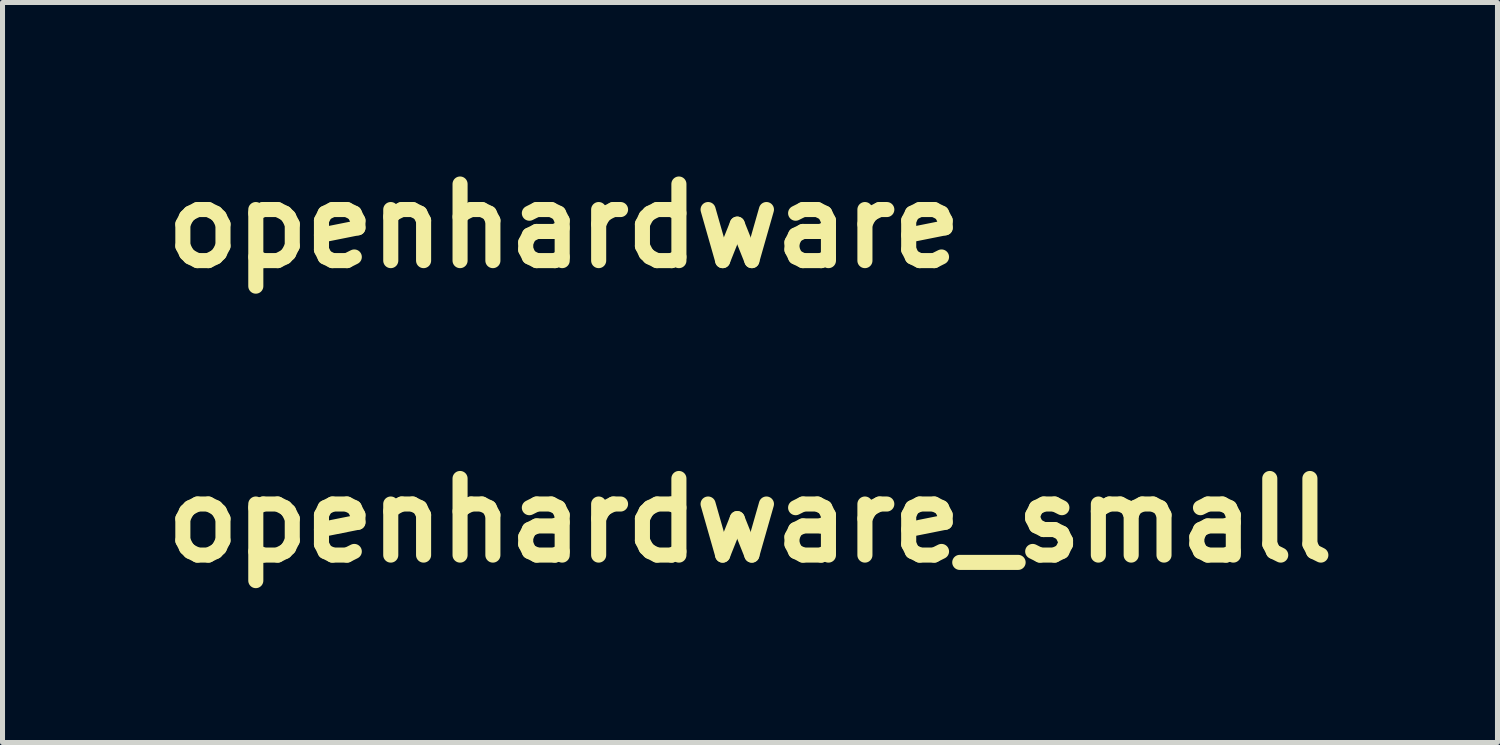
<source format=kicad_pcb>
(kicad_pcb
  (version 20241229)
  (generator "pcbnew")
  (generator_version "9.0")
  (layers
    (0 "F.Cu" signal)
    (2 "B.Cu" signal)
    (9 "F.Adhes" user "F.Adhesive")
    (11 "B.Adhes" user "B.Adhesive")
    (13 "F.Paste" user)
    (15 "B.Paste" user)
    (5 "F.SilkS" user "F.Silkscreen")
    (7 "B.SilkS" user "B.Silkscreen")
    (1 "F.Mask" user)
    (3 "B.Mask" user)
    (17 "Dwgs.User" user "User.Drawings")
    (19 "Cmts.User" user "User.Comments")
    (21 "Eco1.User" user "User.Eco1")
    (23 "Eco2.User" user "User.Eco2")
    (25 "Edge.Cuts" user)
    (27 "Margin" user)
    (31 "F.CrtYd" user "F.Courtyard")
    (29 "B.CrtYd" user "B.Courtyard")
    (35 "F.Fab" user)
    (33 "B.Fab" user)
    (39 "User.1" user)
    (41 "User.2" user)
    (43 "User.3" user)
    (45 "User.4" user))
  (footprint "openhardware_small"
    (layer "F.Cu")
    (at 11.873 7.305)
    (property "Reference" "openhardware_small" (at 0 0 0) (layer "F.SilkS") (effects (font (size 1.524 1.524) (thickness 0.3))))
    (attr through_hole)
    (fp_poly (pts (xy 0.132 -0.616) (xy 0.139 -0.581) (xy 0.146 -0.55) (xy 0.153 -0.525) (xy 0.158 -0.509) (xy 0.16 -0.504) (xy 0.169 -0.499) (xy 0.187 -0.491) (xy 0.212 -0.48) (xy 0.237 -0.47) (xy 0.306 -0.443) (xy 0.398 -0.505) (xy 0.489 -0.568) (xy 0.568 -0.489) (xy 0.647 -0.41) (xy 0.587 -0.323) (xy 0.567 -0.293) (xy 0.55 -0.267) (xy 0.537 -0.247) (xy 0.529 -0.234) (xy 0.527 -0.23) (xy 0.529 -0.221) (xy 0.536 -0.204) (xy 0.545 -0.181) (xy 0.556 -0.155) (xy 0.568 -0.129) (xy 0.578 -0.106) (xy 0.586 -0.088) (xy 0.591 -0.08) (xy 0.591 -0.079) (xy 0.599 -0.076) (xy 0.618 -0.071) (xy 0.644 -0.065) (xy 0.676 -0.059) (xy 0.7 -0.054) (xy 0.803 -0.034) (xy 0.805 0.073) (xy 0.805 0.109) (xy 0.805 0.14) (xy 0.804 0.164) (xy 0.803 0.18) (xy 0.802 0.185) (xy 0.794 0.188) (xy 0.776 0.192) (xy 0.75 0.198) (xy 0.719 0.204) (xy 0.702 0.207) (xy 0.668 0.213) (xy 0.638 0.22) (xy 0.615 0.225) (xy 0.602 0.23) (xy 0.599 0.231) (xy 0.594 0.239) (xy 0.585 0.257) (xy 0.575 0.28) (xy 0.564 0.307) (xy 0.553 0.334) (xy 0.543 0.359) (xy 0.537 0.378) (xy 0.533 0.39) (xy 0.533 0.391) (xy 0.537 0.398) (xy 0.546 0.414) (xy 0.561 0.437) (xy 0.579 0.464) (xy 0.591 0.482) (xy 0.649 0.566) (xy 0.574 0.642) (xy 0.549 0.667) (xy 0.526 0.689) (xy 0.508 0.705) (xy 0.495 0.715) (xy 0.491 0.718) (xy 0.483 0.714) (xy 0.467 0.705) (xy 0.445 0.691) (xy 0.418 0.673) (xy 0.404 0.664) (xy 0.376 0.645) (xy 0.351 0.629) (xy 0.332 0.617) (xy 0.32 0.61) (xy 0.317 0.61) (xy 0.308 0.613) (xy 0.292 0.62) (xy 0.275 0.629) (xy 0.252 0.641) (xy 0.238 0.644) (xy 0.234 0.643) (xy 0.23 0.635) (xy 0.222 0.618) (xy 0.21 0.592) (xy 0.197 0.561) (xy 0.181 0.525) (xy 0.165 0.486) (xy 0.149 0.446) (xy 0.133 0.408) (xy 0.119 0.372) (xy 0.107 0.341) (xy 0.097 0.317) (xy 0.092 0.301) (xy 0.09 0.295) (xy 0.096 0.287) (xy 0.109 0.275) (xy 0.126 0.26) (xy 0.127 0.259) (xy 0.168 0.221) (xy 0.197 0.181) (xy 0.215 0.137) (xy 0.221 0.09) (xy 0.221 0.064) (xy 0.212 0.013) (xy 0.192 -0.033) (xy 0.163 -0.073) (xy 0.126 -0.105) (xy 0.082 -0.127) (xy 0.032 -0.14) (xy 0 -0.142) (xy -0.053 -0.136) (xy -0.1 -0.119) (xy -0.142 -0.093) (xy -0.176 -0.058) (xy -0.202 -0.016) (xy -0.217 0.033) (xy -0.221 0.064) (xy -0.219 0.114) (xy -0.207 0.159) (xy -0.184 0.201) (xy -0.149 0.24) (xy -0.127 0.259) (xy -0.109 0.274) (xy -0.096 0.287) (xy -0.09 0.294) (xy -0.09 0.295) (xy -0.092 0.302) (xy -0.098 0.319) (xy -0.108 0.345) (xy -0.121 0.376) (xy -0.135 0.412) (xy -0.151 0.451) (xy -0.167 0.49) (xy -0.183 0.529) (xy -0.198 0.565) (xy -0.212 0.596) (xy -0.223 0.62) (xy -0.23 0.637) (xy -0.234 0.643) (xy -0.244 0.644) (xy -0.262 0.636) (xy -0.275 0.629) (xy -0.294 0.619) (xy -0.31 0.612) (xy -0.317 0.61) (xy -0.325 0.613) (xy -0.341 0.622) (xy -0.364 0.637) (xy -0.39 0.654) (xy -0.404 0.664) (xy -0.432 0.682) (xy -0.457 0.698) (xy -0.477 0.71) (xy -0.489 0.717) (xy -0.491 0.718) (xy -0.498 0.713) (xy -0.512 0.701) (xy -0.532 0.683) (xy -0.555 0.66) (xy -0.574 0.642) (xy -0.649 0.566) (xy -0.594 0.486) (xy -0.575 0.458) (xy -0.558 0.433) (xy -0.545 0.413) (xy -0.537 0.4) (xy -0.536 0.397) (xy -0.537 0.388) (xy -0.542 0.37) (xy -0.55 0.346) (xy -0.559 0.318) (xy -0.57 0.29) (xy -0.581 0.265) (xy -0.59 0.245) (xy -0.597 0.232) (xy -0.599 0.23) (xy -0.608 0.227) (xy -0.626 0.222) (xy -0.653 0.216) (xy -0.685 0.21) (xy -0.702 0.207) (xy -0.735 0.201) (xy -0.764 0.195) (xy -0.786 0.19) (xy -0.799 0.186) (xy -0.802 0.185) (xy -0.803 0.177) (xy -0.804 0.159) (xy -0.805 0.133) (xy -0.805 0.1) (xy -0.805 0.073) (xy -0.803 -0.034) (xy -0.7 -0.054) (xy -0.665 -0.061) (xy -0.635 -0.067) (xy -0.611 -0.073) (xy -0.596 -0.077) (xy -0.591 -0.079) (xy -0.587 -0.088) (xy -0.579 -0.104) (xy -0.568 -0.127) (xy -0.557 -0.153) (xy -0.546 -0.179) (xy -0.537 -0.202) (xy -0.53 -0.22) (xy -0.527 -0.229) (xy -0.527 -0.23) (xy -0.53 -0.236) (xy -0.54 -0.252) (xy -0.554 -0.274) (xy -0.573 -0.301) (xy -0.587 -0.323) (xy -0.647 -0.41) (xy -0.568 -0.489) (xy -0.489 -0.568) (xy -0.398 -0.505) (xy -0.306 -0.443) (xy -0.237 -0.47) (xy -0.209 -0.481) (xy -0.185 -0.492) (xy -0.168 -0.5) (xy -0.16 -0.505) (xy -0.156 -0.513) (xy -0.151 -0.532) (xy -0.144 -0.558) (xy -0.137 -0.591) (xy -0.132 -0.616) (xy -0.111 -0.721) (xy 0.111 -0.721) (xy 0.132 -0.616)) (stroke (width 0.01) (type solid)) (fill no) (layer "Eco2.User")))
  (footprint "openhardware"
    (layer "F.Cu")
    (at 8.172 1.446)
    (property "Reference" "openhardware" (at 0 0 0) (layer "F.SilkS") (effects (font (size 1.524 1.524) (thickness 0.3))))
    (attr through_hole)
    (fp_poly (pts (xy 0.263 -1.232) (xy 0.278 -1.162) (xy 0.292 -1.1) (xy 0.305 -1.051) (xy 0.315 -1.019) (xy 0.321 -1.009) (xy 0.338 -0.999) (xy 0.374 -0.982) (xy 0.423 -0.961) (xy 0.474 -0.94) (xy 0.612 -0.885) (xy 0.795 -1.01) (xy 0.979 -1.135) (xy 1.295 -0.819) (xy 1.175 -0.645) (xy 1.134 -0.586) (xy 1.1 -0.535) (xy 1.074 -0.494) (xy 1.058 -0.467) (xy 1.054 -0.459) (xy 1.059 -0.442) (xy 1.072 -0.407) (xy 1.091 -0.361) (xy 1.113 -0.309) (xy 1.135 -0.258) (xy 1.156 -0.211) (xy 1.173 -0.177) (xy 1.183 -0.159) (xy 1.183 -0.159) (xy 1.199 -0.152) (xy 1.235 -0.143) (xy 1.288 -0.13) (xy 1.352 -0.117) (xy 1.401 -0.108) (xy 1.607 -0.069) (xy 1.61 0.146) (xy 1.611 0.217) (xy 1.61 0.28) (xy 1.608 0.329) (xy 1.606 0.361) (xy 1.604 0.37) (xy 1.588 0.376) (xy 1.552 0.385) (xy 1.501 0.396) (xy 1.438 0.408) (xy 1.403 0.414) (xy 1.336 0.427) (xy 1.277 0.439) (xy 1.231 0.45) (xy 1.203 0.459) (xy 1.197 0.462) (xy 1.187 0.479) (xy 1.171 0.513) (xy 1.15 0.56) (xy 1.128 0.614) (xy 1.106 0.668) (xy 1.087 0.718) (xy 1.073 0.757) (xy 1.067 0.779) (xy 1.067 0.781) (xy 1.074 0.796) (xy 1.093 0.828) (xy 1.121 0.873) (xy 1.157 0.927) (xy 1.182 0.964) (xy 1.298 1.132) (xy 1.148 1.284) (xy 1.097 1.334) (xy 1.052 1.377) (xy 1.016 1.41) (xy 0.991 1.43) (xy 0.982 1.435) (xy 0.967 1.428) (xy 0.934 1.409) (xy 0.889 1.381) (xy 0.836 1.346) (xy 0.808 1.327) (xy 0.752 1.289) (xy 0.702 1.257) (xy 0.664 1.234) (xy 0.64 1.221) (xy 0.635 1.219) (xy 0.616 1.225) (xy 0.583 1.241) (xy 0.55 1.259) (xy 0.504 1.282) (xy 0.476 1.289) (xy 0.468 1.286) (xy 0.46 1.271) (xy 0.443 1.236) (xy 0.421 1.185) (xy 0.393 1.121) (xy 0.363 1.049) (xy 0.33 0.972) (xy 0.298 0.893) (xy 0.267 0.816) (xy 0.238 0.745) (xy 0.214 0.683) (xy 0.195 0.634) (xy 0.184 0.601) (xy 0.181 0.589) (xy 0.192 0.575) (xy 0.217 0.55) (xy 0.252 0.52) (xy 0.254 0.519) (xy 0.336 0.442) (xy 0.394 0.361) (xy 0.429 0.275) (xy 0.443 0.18) (xy 0.442 0.129) (xy 0.424 0.025) (xy 0.385 -0.067) (xy 0.327 -0.146) (xy 0.252 -0.209) (xy 0.164 -0.254) (xy 0.064 -0.279) (xy 0 -0.284) (xy -0.105 -0.272) (xy -0.201 -0.239) (xy -0.284 -0.186) (xy -0.352 -0.116) (xy -0.403 -0.031) (xy -0.434 0.066) (xy -0.442 0.129) (xy -0.439 0.229) (xy -0.414 0.319) (xy -0.368 0.402) (xy -0.298 0.48) (xy -0.254 0.519) (xy -0.219 0.549) (xy -0.193 0.574) (xy -0.181 0.589) (xy -0.181 0.589) (xy -0.184 0.604) (xy -0.197 0.639) (xy -0.216 0.689) (xy -0.241 0.753) (xy -0.27 0.825) (xy -0.302 0.902) (xy -0.334 0.981) (xy -0.366 1.058) (xy -0.397 1.129) (xy -0.423 1.191) (xy -0.445 1.241) (xy -0.461 1.274) (xy -0.468 1.286) (xy -0.487 1.287) (xy -0.524 1.273) (xy -0.55 1.259) (xy -0.589 1.238) (xy -0.62 1.224) (xy -0.635 1.219) (xy -0.65 1.226) (xy -0.682 1.245) (xy -0.727 1.273) (xy -0.781 1.309) (xy -0.808 1.327) (xy -0.865 1.365) (xy -0.914 1.397) (xy -0.953 1.421) (xy -0.977 1.433) (xy -0.982 1.435) (xy -0.996 1.426) (xy -1.024 1.403) (xy -1.064 1.366) (xy -1.111 1.321) (xy -1.148 1.283) (xy -1.298 1.132) (xy -1.189 0.973) (xy -1.15 0.916) (xy -1.116 0.866) (xy -1.09 0.825) (xy -1.075 0.8) (xy -1.072 0.794) (xy -1.073 0.776) (xy -1.083 0.74) (xy -1.099 0.691) (xy -1.119 0.637) (xy -1.14 0.581) (xy -1.161 0.53) (xy -1.18 0.489) (xy -1.194 0.464) (xy -1.198 0.46) (xy -1.215 0.454) (xy -1.253 0.444) (xy -1.306 0.433) (xy -1.369 0.42) (xy -1.403 0.414) (xy -1.47 0.402) (xy -1.528 0.39) (xy -1.572 0.38) (xy -1.599 0.372) (xy -1.604 0.37) (xy -1.607 0.355) (xy -1.609 0.318) (xy -1.61 0.265) (xy -1.611 0.2) (xy -1.61 0.146) (xy -1.607 -0.069) (xy -1.401 -0.108) (xy -1.331 -0.121) (xy -1.27 -0.134) (xy -1.222 -0.146) (xy -1.191 -0.155) (xy -1.183 -0.159) (xy -1.173 -0.175) (xy -1.157 -0.209) (xy -1.137 -0.254) (xy -1.114 -0.306) (xy -1.092 -0.358) (xy -1.073 -0.405) (xy -1.06 -0.44) (xy -1.054 -0.459) (xy -1.054 -0.459) (xy -1.061 -0.473) (xy -1.08 -0.504) (xy -1.109 -0.548) (xy -1.145 -0.602) (xy -1.175 -0.645) (xy -1.295 -0.819) (xy -0.979 -1.135) (xy -0.795 -1.01) (xy -0.612 -0.885) (xy -0.474 -0.94) (xy -0.418 -0.963) (xy -0.37 -0.984) (xy -0.336 -1) (xy -0.32 -1.009) (xy -0.313 -1.026) (xy -0.302 -1.063) (xy -0.288 -1.117) (xy -0.274 -1.182) (xy -0.263 -1.233) (xy -0.222 -1.441) (xy 0.222 -1.441) (xy 0.263 -1.232)) (stroke (width 0.01) (type solid)) (fill no) (layer "Eco2.User")))
  (gr_rect
    (start -3 -3)
    (end 26.745 11.723)
    (stroke (width 0.1) (type default))
    (fill no)
    (layer "Edge.Cuts")))
</source>
